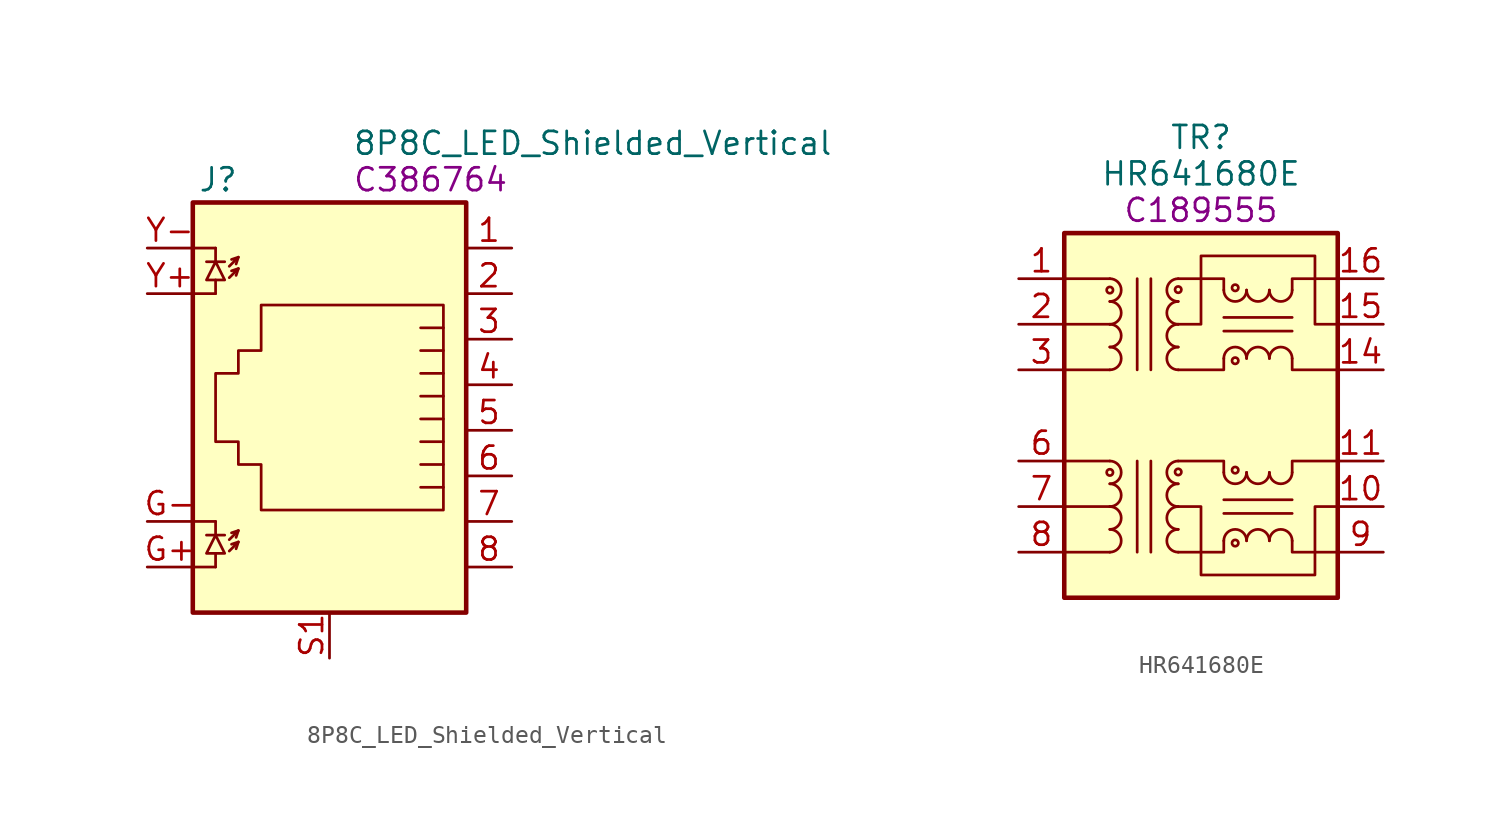
<source format=kicad_sym>
(kicad_symbol_lib
  (version 20211014)
  (generator kicad_symbol_editor)
  (symbol "8P8C_LED_Shielded_Vertical"
    (pin_names
      (offset 1.016))
    (property "Reference" "J"
      (at -5.08 13.97 0)
      (effects (font (size 1.27 1.27)) (justify right)))
    (property "Value" "8P8C_LED_Shielded_Vertical"
      (at 1.27 16.002 0)
      (effects (font (size 1.27 1.27)) (justify left)))
    (property "LCSC" "C386764"
      (at 1.27 13.97 0)
      (effects (font (size 1.27 1.27)) (justify left)))
    (symbol "8P8C_LED_Shielded_Vertical_0_1"
      (polyline (pts (xy -7.62 -7.62) (xy -6.35 -7.62)) (stroke (width 0) (type default) (color 0 0 0 0)) (fill (type none)))
      (polyline (pts (xy -7.62 -5.08) (xy -6.35 -5.08)) (stroke (width 0) (type default) (color 0 0 0 0)) (fill (type none)))
      (polyline (pts (xy -7.62 7.62) (xy -6.35 7.62)) (stroke (width 0) (type default) (color 0 0 0 0)) (fill (type none)))
      (polyline (pts (xy -7.62 10.16) (xy -6.35 10.16)) (stroke (width 0) (type default) (color 0 0 0 0)) (fill (type none)))
      (polyline (pts (xy -6.858 -5.842) (xy -5.842 -5.842)) (stroke (width 0) (type default) (color 0 0 0 0)) (fill (type none)))
      (polyline (pts (xy -6.858 9.398) (xy -5.842 9.398)) (stroke (width 0) (type default) (color 0 0 0 0)) (fill (type none)))
      (polyline (pts (xy -6.35 -7.62) (xy -6.35 -6.858)) (stroke (width 0) (type default) (color 0 0 0 0)) (fill (type none)))
      (polyline (pts (xy -6.35 -5.08) (xy -6.35 -5.842)) (stroke (width 0) (type default) (color 0 0 0 0)) (fill (type none)))
      (polyline (pts (xy -6.35 7.62) (xy -6.35 8.382)) (stroke (width 0) (type default) (color 0 0 0 0)) (fill (type none)))
      (polyline (pts (xy -6.35 10.16) (xy -6.35 9.398)) (stroke (width 0) (type default) (color 0 0 0 0)) (fill (type none)))
      (polyline (pts (xy -5.08 -6.223) (xy -5.207 -6.604)) (stroke (width 0) (type default) (color 0 0 0 0)) (fill (type none)))
      (polyline (pts (xy -5.08 -5.588) (xy -5.207 -5.969)) (stroke (width 0) (type default) (color 0 0 0 0)) (fill (type none)))
      (polyline (pts (xy -5.08 9.017) (xy -5.207 8.636)) (stroke (width 0) (type default) (color 0 0 0 0)) (fill (type none)))
      (polyline (pts (xy -5.08 9.652) (xy -5.207 9.271)) (stroke (width 0) (type default) (color 0 0 0 0)) (fill (type none)))
      (polyline (pts (xy 5.08 -3.175) (xy 6.35 -3.175)) (stroke (width 0) (type default) (color 0 0 0 0)) (fill (type none)))
      (polyline (pts (xy 5.08 -1.905) (xy 6.35 -1.905)) (stroke (width 0) (type default) (color 0 0 0 0)) (fill (type none)))
      (polyline (pts (xy -5.588 -6.731) (xy -5.08 -6.223) (xy -5.461 -6.35)) (stroke (width 0) (type default) (color 0 0 0 0)) (fill (type none)))
      (polyline (pts (xy -5.588 -6.096) (xy -5.08 -5.588) (xy -5.461 -5.715)) (stroke (width 0) (type default) (color 0 0 0 0)) (fill (type none)))
      (polyline (pts (xy -5.588 8.509) (xy -5.08 9.017) (xy -5.461 8.89)) (stroke (width 0) (type default) (color 0 0 0 0)) (fill (type none)))
      (polyline (pts (xy -5.588 9.144) (xy -5.08 9.652) (xy -5.461 9.525)) (stroke (width 0) (type default) (color 0 0 0 0)) (fill (type none)))
      (polyline (pts (xy 5.08 -0.635) (xy 6.35 -0.635) (xy 6.35 -0.635)) (stroke (width 0) (type default) (color 0 0 0 0)) (fill (type none)))
      (polyline (pts (xy 6.35 0.635) (xy 5.08 0.635) (xy 5.08 0.635)) (stroke (width 0) (type default) (color 0 0 0 0)) (fill (type none)))
      (polyline (pts (xy 6.35 1.905) (xy 5.08 1.905) (xy 5.08 1.905)) (stroke (width 0) (type default) (color 0 0 0 0)) (fill (type none)))
      (polyline (pts (xy 6.35 3.175) (xy 5.08 3.175) (xy 5.08 3.175)) (stroke (width 0) (type default) (color 0 0 0 0)) (fill (type none)))
      (polyline (pts (xy 6.35 4.445) (xy 5.08 4.445) (xy 5.08 4.445)) (stroke (width 0) (type default) (color 0 0 0 0)) (fill (type none)))
      (polyline (pts (xy 6.35 5.715) (xy 5.08 5.715) (xy 5.08 5.715)) (stroke (width 0) (type default) (color 0 0 0 0)) (fill (type none)))
      (polyline (pts (xy -6.35 -5.842) (xy -6.858 -6.858) (xy -5.842 -6.858) (xy -6.35 -5.842)) (stroke (width 0) (type default) (color 0 0 0 0)) (fill (type none)))
      (polyline (pts (xy -6.35 9.398) (xy -6.858 8.382) (xy -5.842 8.382) (xy -6.35 9.398)) (stroke (width 0) (type default) (color 0 0 0 0)) (fill (type none)))
      (polyline (pts (xy 6.35 6.985) (xy 6.35 -4.445) (xy -3.81 -4.445) (xy -3.81 -1.905) (xy -5.08 -1.905) (xy -5.08 -0.635) (xy -6.35 -0.635) (xy -6.35 3.175) (xy -5.08 3.175) (xy -5.08 4.445) (xy -3.81 4.445) (xy -3.81 6.985) (xy 6.35 6.985) (xy 6.35 6.985)) (stroke (width 0) (type default) (color 0 0 0 0)) (fill (type none)))
      (rectangle (start 7.62 12.7) (end -7.62 -10.16) (stroke (width 0.254) (type default) (color 0 0 0 0)) (fill (type background))))
    (symbol "8P8C_LED_Shielded_Vertical_1_1"
      (pin passive line (at 10.16 10.16 180) (length 2.54) (name "~" (effects (font (size 1.27 1.27)))) (number "1" (effects (font (size 1.27 1.27)))))
      (pin passive line (at 10.16 7.62 180) (length 2.54) (name "~" (effects (font (size 1.27 1.27)))) (number "2" (effects (font (size 1.27 1.27)))))
      (pin passive line (at 10.16 5.08 180) (length 2.54) (name "~" (effects (font (size 1.27 1.27)))) (number "3" (effects (font (size 1.27 1.27)))))
      (pin passive line (at 10.16 2.54 180) (length 2.54) (name "~" (effects (font (size 1.27 1.27)))) (number "4" (effects (font (size 1.27 1.27)))))
      (pin passive line (at 10.16 0 180) (length 2.54) (name "~" (effects (font (size 1.27 1.27)))) (number "5" (effects (font (size 1.27 1.27)))))
      (pin passive line (at 10.16 -2.54 180) (length 2.54) (name "~" (effects (font (size 1.27 1.27)))) (number "6" (effects (font (size 1.27 1.27)))))
      (pin passive line (at 10.16 -5.08 180) (length 2.54) (name "~" (effects (font (size 1.27 1.27)))) (number "7" (effects (font (size 1.27 1.27)))))
      (pin passive line (at 10.16 -7.62 180) (length 2.54) (name "~" (effects (font (size 1.27 1.27)))) (number "8" (effects (font (size 1.27 1.27)))))
      (pin passive line (at -10.16 -7.62 0) (length 2.54) (name "~" (effects (font (size 1.27 1.27)))) (number "G+" (effects (font (size 1.27 1.27)))))
      (pin passive line (at -10.16 -5.08 0) (length 2.54) (name "~" (effects (font (size 1.27 1.27)))) (number "G-" (effects (font (size 1.27 1.27)))))
      (pin passive line (at 0 -12.7 90) (length 2.54) (name "~" (effects (font (size 1.27 1.27)))) (number "S1" (effects (font (size 1.27 1.27)))))
      (pin passive line (at -10.16 7.62 0) (length 2.54) (name "~" (effects (font (size 1.27 1.27)))) (number "Y+" (effects (font (size 1.27 1.27)))))
      (pin passive line (at -10.16 10.16 0) (length 2.54) (name "~" (effects (font (size 1.27 1.27)))) (number "Y-" (effects (font (size 1.27 1.27)))))))
  (symbol "HR641680E"
    (pin_names hide)
    (property "Reference" "TR"
      (at 0 15.494 0)
      (effects (font (size 1.27 1.27))))
    (property "Value" "HR641680E"
      (at 0 13.462 0)
      (effects (font (size 1.27 1.27))))
    (property "LCSC" "C189555"
      (at 0 11.43 0)
      (effects (font (size 1.27 1.27))))
    (symbol "HR641680E_0_1"
      (rectangle (start -7.62 10.16) (end 7.62 -10.16) (stroke (width 0.254) (type default) (color 0 0 0 0)) (fill (type background)))
      (arc (start -5.08 -7.62) (mid -4.445 -6.985) (end -5.08 -6.35) (stroke (width 0) (type default) (color 0 0 0 0)) (fill (type none)))
      (circle (center -5.08 -3.175) (radius 0.178) (stroke (width 0) (type default) (color 0 0 0 0)) (fill (type none)))
      (polyline (pts (xy -5.08 -7.62) (xy -7.62 -7.62)) (stroke (width 0) (type default) (color 0 0 0 0)) (fill (type none)))
      (polyline (pts (xy -5.08 -5.08) (xy -7.62 -5.08)) (stroke (width 0) (type default) (color 0 0 0 0)) (fill (type none)))
      (polyline (pts (xy -5.08 -2.54) (xy -7.62 -2.54)) (stroke (width 0) (type default) (color 0 0 0 0)) (fill (type none)))
      (polyline (pts (xy -3.556 -2.54) (xy -3.556 -7.62)) (stroke (width 0) (type default) (color 0 0 0 0)) (fill (type none)))
      (polyline (pts (xy -3.556 2.54) (xy -3.556 7.62)) (stroke (width 0) (type default) (color 0 0 0 0)) (fill (type none)))
      (polyline (pts (xy -2.794 -7.62) (xy -2.794 -2.54)) (stroke (width 0) (type default) (color 0 0 0 0)) (fill (type none)))
      (polyline (pts (xy -2.794 7.62) (xy -2.794 2.54)) (stroke (width 0) (type default) (color 0 0 0 0)) (fill (type none)))
      (polyline (pts (xy 1.27 -5.461) (xy 5.08 -5.461)) (stroke (width 0) (type default) (color 0 0 0 0)) (fill (type none)))
      (polyline (pts (xy 1.27 -4.699) (xy 5.08 -4.699)) (stroke (width 0) (type default) (color 0 0 0 0)) (fill (type none)))
      (polyline (pts (xy -1.27 -2.54) (xy 1.27 -2.54) (xy 1.27 -3.175)) (stroke (width 0) (type default) (color 0 0 0 0)) (fill (type none)))
      (polyline (pts (xy 1.27 -6.985) (xy 1.27 -7.62) (xy -1.27 -7.62)) (stroke (width 0) (type default) (color 0 0 0 0)) (fill (type none)))
      (polyline (pts (xy 5.08 -6.985) (xy 5.08 -7.62) (xy 7.62 -7.62)) (stroke (width 0) (type default) (color 0 0 0 0)) (fill (type none)))
      (polyline (pts (xy 5.08 -3.175) (xy 5.08 -2.54) (xy 7.62 -2.54)) (stroke (width 0) (type default) (color 0 0 0 0)) (fill (type none)))
      (polyline (pts (xy -1.27 -5.08) (xy 0 -5.08) (xy 0 -8.89) (xy 6.35 -8.89) (xy 6.35 -5.08) (xy 7.62 -5.08)) (stroke (width 0) (type default) (color 0 0 0 0)) (fill (type none))))
    (symbol "HR641680E_1_1"
      (arc (start -5.08 -6.35) (mid -4.445 -5.715) (end -5.08 -5.08) (stroke (width 0) (type default) (color 0 0 0 0)) (fill (type none)))
      (arc (start -5.08 -5.08) (mid -4.445 -4.445) (end -5.08 -3.81) (stroke (width 0) (type default) (color 0 0 0 0)) (fill (type none)))
      (arc (start -5.08 -3.81) (mid -4.445 -3.175) (end -5.08 -2.54) (stroke (width 0) (type default) (color 0 0 0 0)) (fill (type none)))
      (arc (start -5.08 2.54) (mid -4.445 3.175) (end -5.08 3.81) (stroke (width 0) (type default) (color 0 0 0 0)) (fill (type none)))
      (arc (start -5.08 3.81) (mid -4.445 4.445) (end -5.08 5.08) (stroke (width 0) (type default) (color 0 0 0 0)) (fill (type none)))
      (arc (start -5.08 5.08) (mid -4.445 5.715) (end -5.08 6.35) (stroke (width 0) (type default) (color 0 0 0 0)) (fill (type none)))
      (arc (start -5.08 6.35) (mid -4.445 6.985) (end -5.08 7.62) (stroke (width 0) (type default) (color 0 0 0 0)) (fill (type none)))
      (circle (center -5.08 6.985) (radius 0.178) (stroke (width 0) (type default) (color 0 0 0 0)) (fill (type none)))
      (arc (start -1.27 -6.35) (mid -1.905 -6.985) (end -1.27 -7.62) (stroke (width 0) (type default) (color 0 0 0 0)) (fill (type none)))
      (arc (start -1.27 -5.08) (mid -1.905 -5.715) (end -1.27 -6.35) (stroke (width 0) (type default) (color 0 0 0 0)) (fill (type none)))
      (arc (start -1.27 -3.81) (mid -1.905 -4.445) (end -1.27 -5.08) (stroke (width 0) (type default) (color 0 0 0 0)) (fill (type none)))
      (circle (center -1.27 -3.15) (radius 0.178) (stroke (width 0) (type default) (color 0 0 0 0)) (fill (type none)))
      (arc (start -1.27 -2.54) (mid -1.905 -3.175) (end -1.27 -3.81) (stroke (width 0) (type default) (color 0 0 0 0)) (fill (type none)))
      (arc (start -1.27 3.81) (mid -1.905 3.175) (end -1.27 2.54) (stroke (width 0) (type default) (color 0 0 0 0)) (fill (type none)))
      (arc (start -1.27 5.08) (mid -1.905 4.445) (end -1.27 3.81) (stroke (width 0) (type default) (color 0 0 0 0)) (fill (type none)))
      (arc (start -1.27 6.35) (mid -1.905 5.715) (end -1.27 5.08) (stroke (width 0) (type default) (color 0 0 0 0)) (fill (type none)))
      (circle (center -1.27 7.01) (radius 0.178) (stroke (width 0) (type default) (color 0 0 0 0)) (fill (type none)))
      (arc (start -1.27 7.62) (mid -1.905 6.985) (end -1.27 6.35) (stroke (width 0) (type default) (color 0 0 0 0)) (fill (type none)))
      (polyline (pts (xy -5.08 2.54) (xy -7.62 2.54)) (stroke (width 0) (type default) (color 0 0 0 0)) (fill (type none)))
      (polyline (pts (xy -5.08 5.08) (xy -7.62 5.08)) (stroke (width 0) (type default) (color 0 0 0 0)) (fill (type none)))
      (polyline (pts (xy -5.08 7.62) (xy -7.62 7.62)) (stroke (width 0) (type default) (color 0 0 0 0)) (fill (type none)))
      (polyline (pts (xy 1.27 4.699) (xy 5.08 4.699)) (stroke (width 0) (type default) (color 0 0 0 0)) (fill (type none)))
      (polyline (pts (xy 1.27 5.461) (xy 5.08 5.461)) (stroke (width 0) (type default) (color 0 0 0 0)) (fill (type none)))
      (polyline (pts (xy -1.27 7.62) (xy 1.27 7.62) (xy 1.27 6.985)) (stroke (width 0) (type default) (color 0 0 0 0)) (fill (type none)))
      (polyline (pts (xy 1.27 3.175) (xy 1.27 2.54) (xy -1.27 2.54)) (stroke (width 0) (type default) (color 0 0 0 0)) (fill (type none)))
      (polyline (pts (xy 5.08 3.175) (xy 5.08 2.54) (xy 7.62 2.54)) (stroke (width 0) (type default) (color 0 0 0 0)) (fill (type none)))
      (polyline (pts (xy 5.08 6.985) (xy 5.08 7.62) (xy 7.62 7.62)) (stroke (width 0) (type default) (color 0 0 0 0)) (fill (type none)))
      (polyline (pts (xy 7.62 5.08) (xy 6.35 5.08) (xy 6.35 8.89) (xy 0 8.89) (xy 0 5.08) (xy -1.27 5.08)) (stroke (width 0) (type default) (color 0 0 0 0)) (fill (type none)))
      (arc (start 1.27 -3.175) (mid 1.905 -3.81) (end 2.54 -3.175) (stroke (width 0) (type default) (color 0 0 0 0)) (fill (type none)))
      (arc (start 1.27 6.985) (mid 1.905 6.35) (end 2.54 6.985) (stroke (width 0) (type default) (color 0 0 0 0)) (fill (type none)))
      (circle (center 1.905 -7.112) (radius 0.178) (stroke (width 0) (type default) (color 0 0 0 0)) (fill (type none)))
      (circle (center 1.905 -3.048) (radius 0.178) (stroke (width 0) (type default) (color 0 0 0 0)) (fill (type none)))
      (circle (center 1.905 3.048) (radius 0.178) (stroke (width 0) (type default) (color 0 0 0 0)) (fill (type none)))
      (circle (center 1.905 7.112) (radius 0.178) (stroke (width 0) (type default) (color 0 0 0 0)) (fill (type none)))
      (arc (start 2.54 -6.985) (mid 1.905 -6.35) (end 1.27 -6.985) (stroke (width 0) (type default) (color 0 0 0 0)) (fill (type none)))
      (arc (start 2.54 -3.175) (mid 3.175 -3.81) (end 3.81 -3.175) (stroke (width 0) (type default) (color 0 0 0 0)) (fill (type none)))
      (arc (start 2.54 3.175) (mid 1.905 3.81) (end 1.27 3.175) (stroke (width 0) (type default) (color 0 0 0 0)) (fill (type none)))
      (arc (start 2.54 6.985) (mid 3.175 6.35) (end 3.81 6.985) (stroke (width 0) (type default) (color 0 0 0 0)) (fill (type none)))
      (arc (start 3.81 -6.985) (mid 3.175 -6.35) (end 2.54 -6.985) (stroke (width 0) (type default) (color 0 0 0 0)) (fill (type none)))
      (arc (start 3.81 -3.175) (mid 4.445 -3.81) (end 5.08 -3.175) (stroke (width 0) (type default) (color 0 0 0 0)) (fill (type none)))
      (arc (start 3.81 3.175) (mid 3.175 3.81) (end 2.54 3.175) (stroke (width 0) (type default) (color 0 0 0 0)) (fill (type none)))
      (arc (start 3.81 6.985) (mid 4.445 6.35) (end 5.08 6.985) (stroke (width 0) (type default) (color 0 0 0 0)) (fill (type none)))
      (arc (start 5.08 -6.985) (mid 4.445 -6.35) (end 3.81 -6.985) (stroke (width 0) (type default) (color 0 0 0 0)) (fill (type none)))
      (arc (start 5.08 3.175) (mid 4.445 3.81) (end 3.81 3.175) (stroke (width 0) (type default) (color 0 0 0 0)) (fill (type none)))
      (pin passive line (at -10.16 7.62 0) (length 2.54) (name "TD+" (effects (font (size 1.27 1.27)))) (number "1" (effects (font (size 1.27 1.27)))))
      (pin passive line (at 10.16 -5.08 180) (length 2.54) (name "C_RX" (effects (font (size 1.27 1.27)))) (number "10" (effects (font (size 1.27 1.27)))))
      (pin passive line (at 10.16 -2.54 180) (length 2.54) (name "RX+" (effects (font (size 1.27 1.27)))) (number "11" (effects (font (size 1.27 1.27)))))
      (pin passive line (at 10.16 2.54 180) (length 2.54) (name "TX-" (effects (font (size 1.27 1.27)))) (number "14" (effects (font (size 1.27 1.27)))))
      (pin passive line (at 10.16 5.08 180) (length 2.54) (name "C_TX" (effects (font (size 1.27 1.27)))) (number "15" (effects (font (size 1.27 1.27)))))
      (pin passive line (at 10.16 7.62 180) (length 2.54) (name "TX+" (effects (font (size 1.27 1.27)))) (number "16" (effects (font (size 1.27 1.27)))))
      (pin passive line (at -10.16 5.08 0) (length 2.54) (name "CT1" (effects (font (size 1.27 1.27)))) (number "2" (effects (font (size 1.27 1.27)))))
      (pin passive line (at -10.16 2.54 0) (length 2.54) (name "TD-" (effects (font (size 1.27 1.27)))) (number "3" (effects (font (size 1.27 1.27)))))
      (pin passive line (at -10.16 -2.54 0) (length 2.54) (name "RD+" (effects (font (size 1.27 1.27)))) (number "6" (effects (font (size 1.27 1.27)))))
      (pin passive line (at -10.16 -5.08 0) (length 2.54) (name "CT2" (effects (font (size 1.27 1.27)))) (number "7" (effects (font (size 1.27 1.27)))))
      (pin passive line (at -10.16 -7.62 0) (length 2.54) (name "RD-" (effects (font (size 1.27 1.27)))) (number "8" (effects (font (size 1.27 1.27)))))
      (pin passive line (at 10.16 -7.62 180) (length 2.54) (name "RX-" (effects (font (size 1.27 1.27)))) (number "9" (effects (font (size 1.27 1.27))))))))
</source>
